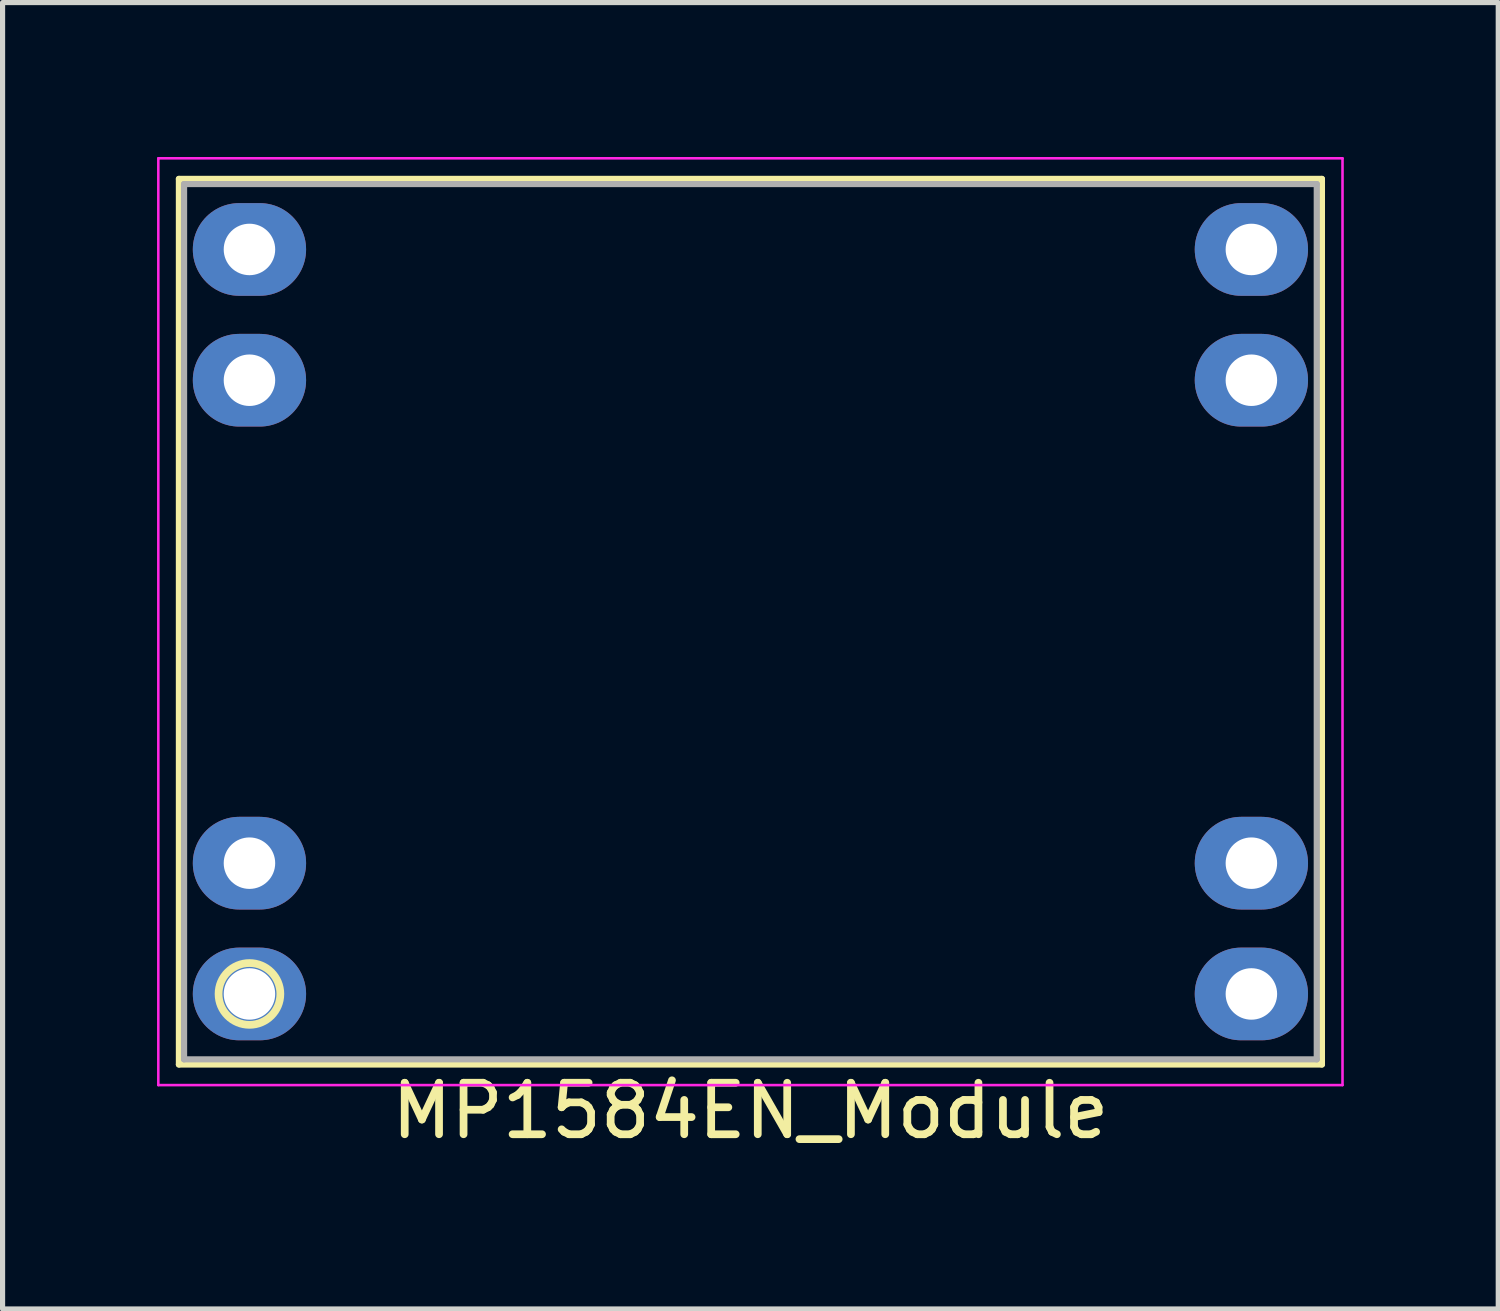
<source format=kicad_pcb>
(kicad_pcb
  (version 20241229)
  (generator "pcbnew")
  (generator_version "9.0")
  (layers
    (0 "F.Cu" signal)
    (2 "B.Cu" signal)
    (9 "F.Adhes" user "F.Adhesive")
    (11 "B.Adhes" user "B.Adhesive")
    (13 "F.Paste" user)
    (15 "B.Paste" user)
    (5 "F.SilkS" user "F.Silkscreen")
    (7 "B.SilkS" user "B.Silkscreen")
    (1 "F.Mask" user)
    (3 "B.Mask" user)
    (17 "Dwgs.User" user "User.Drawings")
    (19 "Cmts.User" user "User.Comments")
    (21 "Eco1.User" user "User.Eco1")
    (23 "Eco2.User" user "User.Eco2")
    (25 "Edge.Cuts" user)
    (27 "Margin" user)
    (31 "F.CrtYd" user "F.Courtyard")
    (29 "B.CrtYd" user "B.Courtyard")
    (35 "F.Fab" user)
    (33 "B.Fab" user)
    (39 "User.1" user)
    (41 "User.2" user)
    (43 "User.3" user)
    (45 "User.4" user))
  (footprint "MP1584EN_Module"
    (layer "F.Cu")
    (at 0.525 17.525)
    (property "Reference" "MP1584EN_Module" (at 11 1 0) (layer "F.SilkS") (effects (font (size 1 1) (thickness 0.15))))
    (attr through_hole)
    (fp_line (start -0.1 -17.1) (end -0.1 0.1) (stroke (width 0.12) (type solid)) (layer "F.SilkS"))
    (fp_line (start -0.1 0.1) (end 22.1 0.1) (stroke (width 0.12) (type solid)) (layer "F.SilkS"))
    (fp_line (start 22.1 -17.1) (end -0.1 -17.1) (stroke (width 0.12) (type solid)) (layer "F.SilkS"))
    (fp_line (start 22.1 0.1) (end 22.1 -17.1) (stroke (width 0.12) (type solid)) (layer "F.SilkS"))
    (fp_circle (center 1.27 -1.27) (end 1.87 -1.27) (stroke (width 0.15) (type solid)) (fill no) (layer "F.SilkS"))
    (fp_line (start -0.5 -17.5) (end -0.5 0.5) (stroke (width 0.05) (type solid)) (layer "F.CrtYd"))
    (fp_line (start -0.5 0.5) (end 22.5 0.5) (stroke (width 0.05) (type solid)) (layer "F.CrtYd"))
    (fp_line (start 22.5 -17.5) (end -0.5 -17.5) (stroke (width 0.05) (type solid)) (layer "F.CrtYd"))
    (fp_line (start 22.5 0.5) (end 22.5 -17.5) (stroke (width 0.05) (type solid)) (layer "F.CrtYd"))
    (fp_line (start 0 -17) (end 0 0) (stroke (width 0.12) (type solid)) (layer "F.Fab"))
    (fp_line (start 0 0) (end 22 0) (stroke (width 0.12) (type solid)) (layer "F.Fab"))
    (fp_line (start 22 -17) (end 0 -17) (stroke (width 0.12) (type solid)) (layer "F.Fab"))
    (fp_line (start 22 0) (end 22 -17) (stroke (width 0.12) (type solid)) (layer "F.Fab"))
    (pad "1" thru_hole oval (at 1.27 -1.27) (size 2.2 1.8) (drill 1) (layers "*.Cu" "*.Mask"))
    (pad "2" thru_hole oval (at 1.27 -3.81) (size 2.2 1.8) (drill 1) (layers "*.Cu" "*.Mask"))
    (pad "3" thru_hole oval (at 1.27 -15.73) (size 2.2 1.8) (drill 1) (layers "*.Cu" "*.Mask"))
    (pad "4" thru_hole oval (at 1.27 -13.19) (size 2.2 1.8) (drill 1) (layers "*.Cu" "*.Mask"))
    (pad "5" thru_hole oval (at 20.73 -1.27) (size 2.2 1.8) (drill 1) (layers "*.Cu" "*.Mask"))
    (pad "6" thru_hole oval (at 20.73 -3.81) (size 2.2 1.8) (drill 1) (layers "*.Cu" "*.Mask"))
    (pad "7" thru_hole oval (at 20.73 -15.73) (size 2.2 1.8) (drill 1) (layers "*.Cu" "*.Mask"))
    (pad "8" thru_hole oval (at 20.73 -13.19) (size 2.2 1.8) (drill 1) (layers "*.Cu" "*.Mask")))
  (gr_rect
    (start -3 -3)
    (end 26.05 22.373)
    (stroke (width 0.1) (type default))
    (fill no)
    (layer "Edge.Cuts")))
</source>
